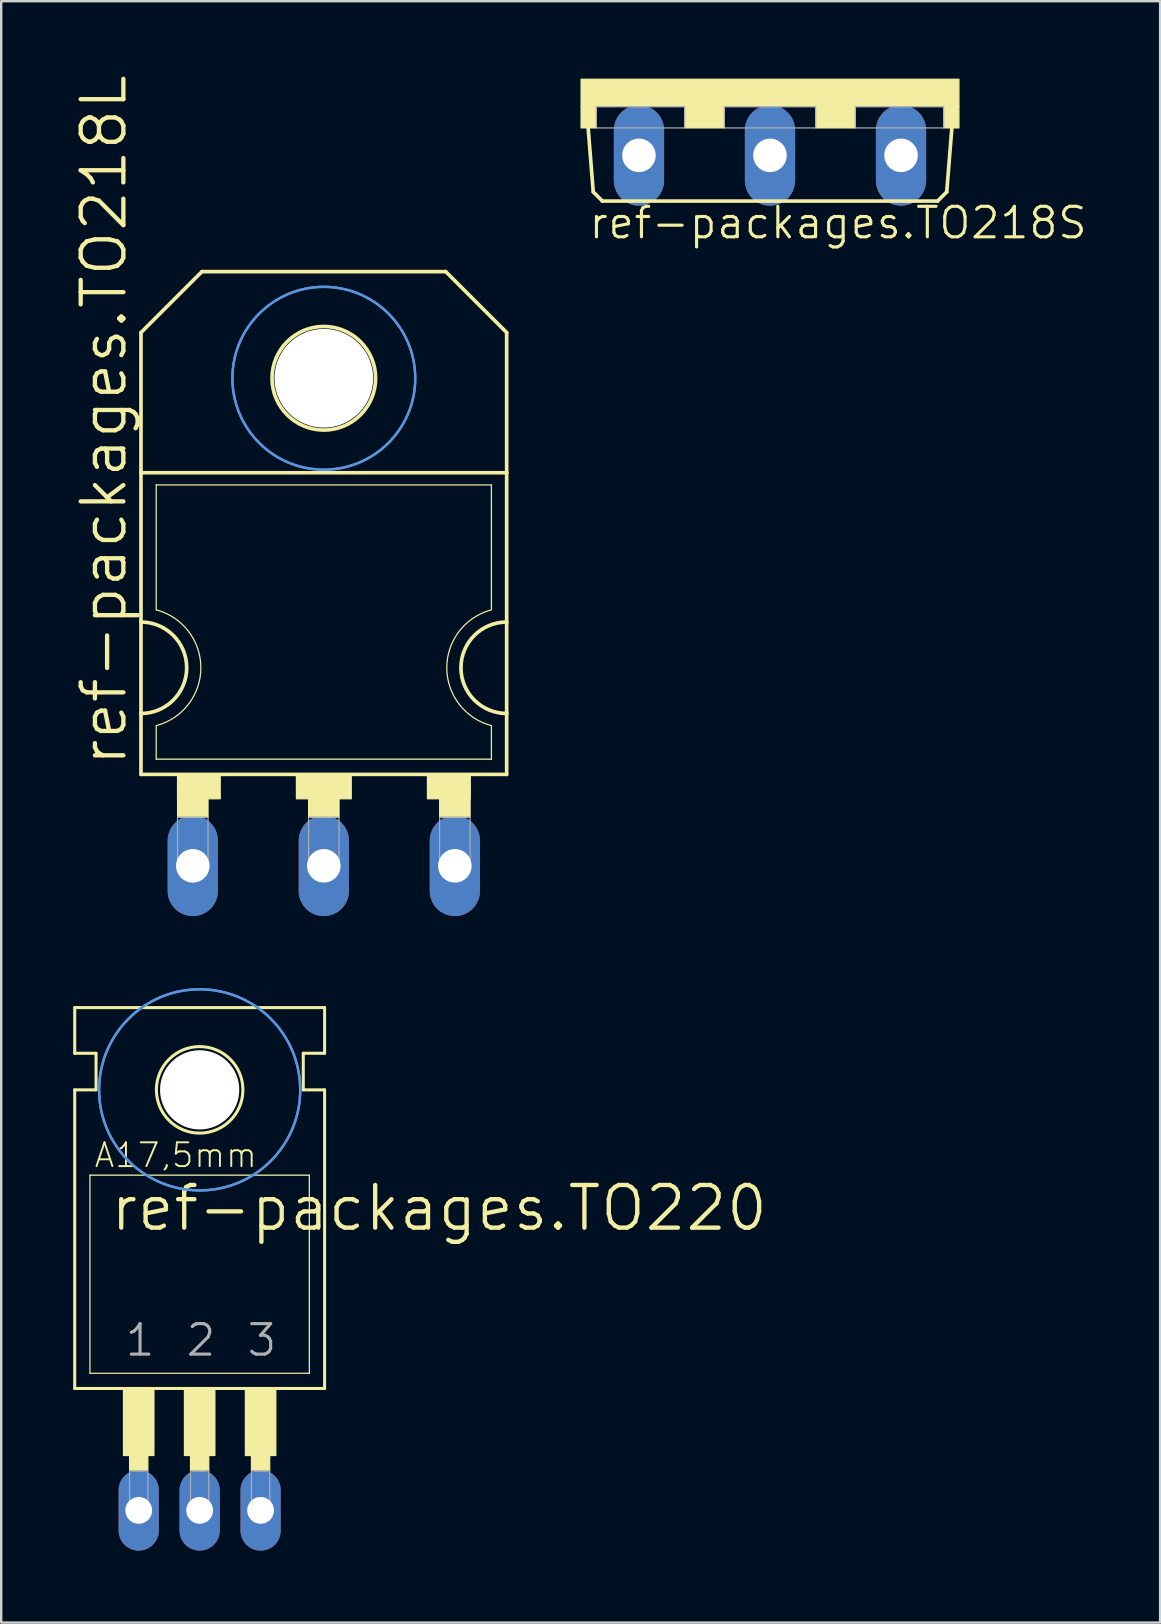
<source format=kicad_pcb>
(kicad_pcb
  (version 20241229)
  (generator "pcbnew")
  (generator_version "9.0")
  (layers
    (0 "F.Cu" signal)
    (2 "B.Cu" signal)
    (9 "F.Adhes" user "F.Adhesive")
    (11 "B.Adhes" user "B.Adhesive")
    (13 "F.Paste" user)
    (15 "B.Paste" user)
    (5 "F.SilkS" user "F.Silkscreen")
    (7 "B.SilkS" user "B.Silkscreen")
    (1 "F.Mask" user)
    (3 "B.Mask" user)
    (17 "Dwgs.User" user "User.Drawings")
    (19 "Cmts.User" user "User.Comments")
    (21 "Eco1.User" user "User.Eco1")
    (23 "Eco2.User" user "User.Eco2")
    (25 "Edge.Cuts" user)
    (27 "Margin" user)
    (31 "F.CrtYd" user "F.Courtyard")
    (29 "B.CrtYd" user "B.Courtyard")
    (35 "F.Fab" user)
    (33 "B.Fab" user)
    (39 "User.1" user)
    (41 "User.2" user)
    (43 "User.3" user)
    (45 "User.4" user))
  (footprint "ref-packages.TO218L"
    (layer "F.Cu")
    (at 10.446 22.875)
    (property "Reference" "ref-packages.TO218L" (at -8.128 6.096 90) (layer "F.SilkS") (effects (font (size 1.778 1.778) (thickness 0.18)) (justify left bottom)))
    (attr through_hole)
    (fp_line (start -7.62 -12.065) (end -7.62 -6.223) (stroke (width 0.152) (type default)) (layer "F.SilkS"))
    (fp_line (start -7.62 -12.065) (end -5.08 -14.605) (stroke (width 0.152) (type default)) (layer "F.SilkS"))
    (fp_line (start -7.62 0) (end -7.62 -6.223) (stroke (width 0.152) (type default)) (layer "F.SilkS"))
    (fp_line (start -7.62 3.81) (end -7.62 0) (stroke (width 0.152) (type default)) (layer "F.SilkS"))
    (fp_line (start -7.62 6.35) (end -7.62 3.81) (stroke (width 0.152) (type default)) (layer "F.SilkS"))
    (fp_line (start -7.62 6.35) (end 7.62 6.35) (stroke (width 0.152) (type default)) (layer "F.SilkS"))
    (fp_line (start -6.985 -0.508) (end -6.985 -5.715) (stroke (width 0.051) (type default)) (layer "F.SilkS"))
    (fp_line (start -6.985 5.715) (end -6.985 4.318) (stroke (width 0.051) (type default)) (layer "F.SilkS"))
    (fp_line (start -6.985 5.715) (end 6.985 5.715) (stroke (width 0.051) (type default)) (layer "F.SilkS"))
    (fp_line (start 5.08 -14.605) (end -5.08 -14.605) (stroke (width 0.152) (type default)) (layer "F.SilkS"))
    (fp_line (start 6.985 -5.715) (end -6.985 -5.715) (stroke (width 0.051) (type default)) (layer "F.SilkS"))
    (fp_line (start 6.985 -0.508) (end 6.985 -5.715) (stroke (width 0.051) (type default)) (layer "F.SilkS"))
    (fp_line (start 6.985 5.715) (end 6.985 4.318) (stroke (width 0.051) (type default)) (layer "F.SilkS"))
    (fp_line (start 7.62 -12.065) (end 5.08 -14.605) (stroke (width 0.152) (type default)) (layer "F.SilkS"))
    (fp_line (start 7.62 -12.065) (end 7.62 -6.223) (stroke (width 0.152) (type default)) (layer "F.SilkS"))
    (fp_line (start 7.62 -6.223) (end -7.62 -6.223) (stroke (width 0.152) (type default)) (layer "F.SilkS"))
    (fp_line (start 7.62 -6.223) (end 7.62 0) (stroke (width 0.152) (type default)) (layer "F.SilkS"))
    (fp_line (start 7.62 0) (end 7.62 3.81) (stroke (width 0.152) (type default)) (layer "F.SilkS"))
    (fp_line (start 7.62 3.81) (end 7.62 6.35) (stroke (width 0.152) (type default)) (layer "F.SilkS"))
    (fp_rect (start -6.096 7.366) (end -4.318 6.35) (stroke (width 0.05) (type default)) (fill yes) (layer "F.SilkS"))
    (fp_rect (start -6.096 8.128) (end -4.826 6.35) (stroke (width 0.05) (type default)) (fill yes) (layer "F.SilkS"))
    (fp_rect (start -1.143 7.366) (end 1.143 6.35) (stroke (width 0.05) (type default)) (fill yes) (layer "F.SilkS"))
    (fp_rect (start -0.635 8.128) (end 0.635 6.35) (stroke (width 0.05) (type default)) (fill yes) (layer "F.SilkS"))
    (fp_rect (start 4.318 7.366) (end 6.096 6.35) (stroke (width 0.05) (type default)) (fill yes) (layer "F.SilkS"))
    (fp_rect (start 4.826 8.128) (end 6.096 6.35) (stroke (width 0.05) (type default)) (fill yes) (layer "F.SilkS"))
    (fp_arc (start -7.62 0) (mid -5.715 1.905) (end -7.62 3.81) (stroke (width 0.1524) (type default)) (layer "F.SilkS"))
    (fp_arc (start -6.985 -0.508) (mid -5.124846 1.905) (end -6.985 4.318) (stroke (width 0.0508) (type default)) (layer "F.SilkS"))
    (fp_arc (start 6.9851 4.3178) (mid 5.125027 1.921942) (end 6.9522 -0.4991) (stroke (width 0.0508) (type default)) (layer "F.SilkS"))
    (fp_arc (start 7.62 3.81) (mid 5.715 1.905) (end 7.62 0) (stroke (width 0.1524) (type default)) (layer "F.SilkS"))
    (fp_circle (center 0 -10.16) (end 2.159 -10.16) (stroke (width 0.152) (type default)) (fill no) (layer "F.SilkS"))
    (fp_circle (center 0 -10.16) (end 3.81 -10.16) (stroke (width 0.1) (type default)) (fill no) (layer "Cmts.User"))
    (fp_circle (center 0 -10.16) (end 3.81 -10.16) (stroke (width 0.1) (type default)) (fill no) (layer "Cmts.User"))
    (fp_rect (start -6.096 10.287) (end -4.826 8.128) (stroke (width 0.05) (type default)) (fill no) (layer "F.Fab"))
    (fp_rect (start -0.635 10.287) (end 0.635 8.128) (stroke (width 0.05) (type default)) (fill no) (layer "F.Fab"))
    (fp_rect (start 4.826 10.287) (end 6.096 8.128) (stroke (width 0.05) (type default)) (fill no) (layer "F.Fab"))
    (pad "" np_thru_hole circle (at 0 -10.16) (size 4.115 4.115) (drill 4.115) (layers "*.Cu" "*.Mask"))
    (pad "A1" thru_hole oval (at -5.461 10.16 90) (size 4.191 2.095) (drill 1.397) (layers "*.Cu" "*.Mask"))
    (pad "A2" thru_hole oval (at 5.461 10.16 90) (size 4.191 2.095) (drill 1.397) (layers "*.Cu" "*.Mask"))
    (pad "C" thru_hole oval (at 0 10.16 90) (size 4.191 2.095) (drill 1.397) (layers "*.Cu" "*.Mask")))
  (footprint "ref-packages.TO218S"
    (layer "F.Cu")
    (at 29.041 0.25)
    (property "Reference" "ref-packages.TO218S" (at -7.62 6.731 0) (layer "F.SilkS") (effects (font (size 1.27 1.27) (thickness 0.13)) (justify left bottom)))
    (attr through_hole)
    (fp_line (start -7.366 4.699) (end -7.62 1.524) (stroke (width 0.152) (type default)) (layer "F.SilkS"))
    (fp_line (start -6.985 5.08) (end -7.366 4.699) (stroke (width 0.152) (type default)) (layer "F.SilkS"))
    (fp_line (start -6.985 5.08) (end 6.985 5.08) (stroke (width 0.152) (type default)) (layer "F.SilkS"))
    (fp_line (start 6.985 5.08) (end 7.366 4.699) (stroke (width 0.152) (type default)) (layer "F.SilkS"))
    (fp_line (start 7.366 4.699) (end 7.62 1.524) (stroke (width 0.152) (type default)) (layer "F.SilkS"))
    (fp_rect (start -7.874 1.143) (end 7.874 0) (stroke (width 0.05) (type default)) (fill yes) (layer "F.SilkS"))
    (fp_rect (start -7.874 2.032) (end -7.239 1.143) (stroke (width 0.05) (type default)) (fill yes) (layer "F.SilkS"))
    (fp_rect (start -3.556 2.032) (end -1.905 1.143) (stroke (width 0.05) (type default)) (fill yes) (layer "F.SilkS"))
    (fp_rect (start 1.905 2.032) (end 3.556 1.143) (stroke (width 0.05) (type default)) (fill yes) (layer "F.SilkS"))
    (fp_rect (start 7.239 2.032) (end 7.874 1.143) (stroke (width 0.05) (type default)) (fill yes) (layer "F.SilkS"))
    (fp_rect (start -7.239 2.032) (end -3.556 1.143) (stroke (width 0.05) (type default)) (fill no) (layer "F.Fab"))
    (fp_rect (start -1.905 2.032) (end 1.905 1.143) (stroke (width 0.05) (type default)) (fill no) (layer "F.Fab"))
    (fp_rect (start 3.556 2.032) (end 7.239 1.143) (stroke (width 0.05) (type default)) (fill no) (layer "F.Fab"))
    (pad "A1" thru_hole oval (at -5.461 3.175 90) (size 4.191 2.095) (drill 1.397) (layers "*.Cu" "*.Mask"))
    (pad "A2" thru_hole oval (at 5.461 3.175 90) (size 4.191 2.095) (drill 1.397) (layers "*.Cu" "*.Mask"))
    (pad "C" thru_hole oval (at 0 3.175 90) (size 4.191 2.095) (drill 1.397) (layers "*.Cu" "*.Mask")))
  (footprint "ref-packages.TO220"
    (layer "F.Cu")
    (at 5.271 53.548)
    (property "Reference" "ref-packages.TO220" (at -3.81 -5.207 0) (layer "F.SilkS") (effects (font (size 1.778 1.778) (thickness 0.18)) (justify left bottom)))
    (attr through_hole)
    (fp_line (start -5.207 -12.7) (end -5.207 -14.605) (stroke (width 0.127) (type default)) (layer "F.SilkS"))
    (fp_line (start -5.207 -11.176) (end -4.318 -11.176) (stroke (width 0.127) (type default)) (layer "F.SilkS"))
    (fp_line (start -5.207 1.27) (end -5.207 -11.176) (stroke (width 0.127) (type default)) (layer "F.SilkS"))
    (fp_line (start -5.207 1.27) (end 5.207 1.27) (stroke (width 0.127) (type default)) (layer "F.SilkS"))
    (fp_line (start -4.572 0.635) (end -4.572 -7.62) (stroke (width 0.051) (type default)) (layer "F.SilkS"))
    (fp_line (start -4.572 0.635) (end 4.572 0.635) (stroke (width 0.051) (type default)) (layer "F.SilkS"))
    (fp_line (start -4.318 -12.7) (end -5.207 -12.7) (stroke (width 0.127) (type default)) (layer "F.SilkS"))
    (fp_line (start -4.318 -11.176) (end -4.318 -12.7) (stroke (width 0.127) (type default)) (layer "F.SilkS"))
    (fp_line (start 4.318 -12.7) (end 5.207 -12.7) (stroke (width 0.127) (type default)) (layer "F.SilkS"))
    (fp_line (start 4.318 -11.176) (end 4.318 -12.7) (stroke (width 0.127) (type default)) (layer "F.SilkS"))
    (fp_line (start 4.572 -7.62) (end -4.572 -7.62) (stroke (width 0.051) (type default)) (layer "F.SilkS"))
    (fp_line (start 4.572 -7.62) (end 4.572 0.635) (stroke (width 0.051) (type default)) (layer "F.SilkS"))
    (fp_line (start 5.207 -14.605) (end -5.207 -14.605) (stroke (width 0.127) (type default)) (layer "F.SilkS"))
    (fp_line (start 5.207 -12.7) (end 5.207 -14.605) (stroke (width 0.127) (type default)) (layer "F.SilkS"))
    (fp_line (start 5.207 -11.176) (end 4.318 -11.176) (stroke (width 0.127) (type default)) (layer "F.SilkS"))
    (fp_line (start 5.207 1.27) (end 5.207 -11.176) (stroke (width 0.127) (type default)) (layer "F.SilkS"))
    (fp_rect (start -3.175 4.064) (end -1.905 1.27) (stroke (width 0.05) (type default)) (fill yes) (layer "F.SilkS"))
    (fp_rect (start -2.921 4.699) (end -2.159 4.064) (stroke (width 0.05) (type default)) (fill yes) (layer "F.SilkS"))
    (fp_rect (start -0.635 4.064) (end 0.635 1.27) (stroke (width 0.05) (type default)) (fill yes) (layer "F.SilkS"))
    (fp_rect (start -0.381 4.699) (end 0.381 4.064) (stroke (width 0.05) (type default)) (fill yes) (layer "F.SilkS"))
    (fp_rect (start 1.905 4.064) (end 3.175 1.27) (stroke (width 0.05) (type default)) (fill yes) (layer "F.SilkS"))
    (fp_rect (start 2.159 4.699) (end 2.921 4.064) (stroke (width 0.05) (type default)) (fill yes) (layer "F.SilkS"))
    (fp_circle (center 0 -11.176) (end 1.803 -11.176) (stroke (width 0.127) (type default)) (fill no) (layer "F.SilkS"))
    (fp_circle (center 0 -11.176) (end 4.191 -11.176) (stroke (width 0.1) (type default)) (fill no) (layer "Cmts.User"))
    (fp_circle (center 0 -11.176) (end 4.191 -11.176) (stroke (width 0.1) (type default)) (fill no) (layer "Cmts.User"))
    (fp_rect (start -2.921 6.604) (end -2.159 4.699) (stroke (width 0.05) (type default)) (fill no) (layer "F.Fab"))
    (fp_rect (start -0.381 6.604) (end 0.381 4.699) (stroke (width 0.05) (type default)) (fill no) (layer "F.Fab"))
    (fp_rect (start 2.159 6.604) (end 2.921 4.699) (stroke (width 0.05) (type default)) (fill no) (layer "F.Fab"))
    (fp_text user "A17,5mm" (at -4.445 -7.874 0) (layer "F.SilkS") (effects (font (size 0.991 0.991) (thickness 0.08)) (justify left bottom)))
    (fp_text user "2" (at -0.635 0 0) (layer "F.Fab") (effects (font (size 1.27 1.27) (thickness 0.13)) (justify left bottom)))
    (fp_text user "3" (at 1.905 0 0) (layer "F.Fab") (effects (font (size 1.27 1.27) (thickness 0.13)) (justify left bottom)))
    (fp_text user "1" (at -3.175 0 0) (layer "F.Fab") (effects (font (size 1.27 1.27) (thickness 0.13)) (justify left bottom)))
    (pad "" np_thru_hole circle (at 0 -11.176) (size 3.302 3.302) (drill 3.302) (layers "*.Cu" "*.Mask"))
    (pad "1" thru_hole oval (at -2.54 6.35 90) (size 3.353 1.676) (drill 1.118) (layers "*.Cu" "*.Mask"))
    (pad "2" thru_hole oval (at 0 6.35 90) (size 3.353 1.676) (drill 1.118) (layers "*.Cu" "*.Mask"))
    (pad "3" thru_hole oval (at 2.54 6.35 90) (size 3.353 1.676) (drill 1.118) (layers "*.Cu" "*.Mask")))
  (gr_rect
    (start -3 -3)
    (end 45.301 64.574)
    (stroke (width 0.1) (type default))
    (fill no)
    (layer "Edge.Cuts")))
</source>
